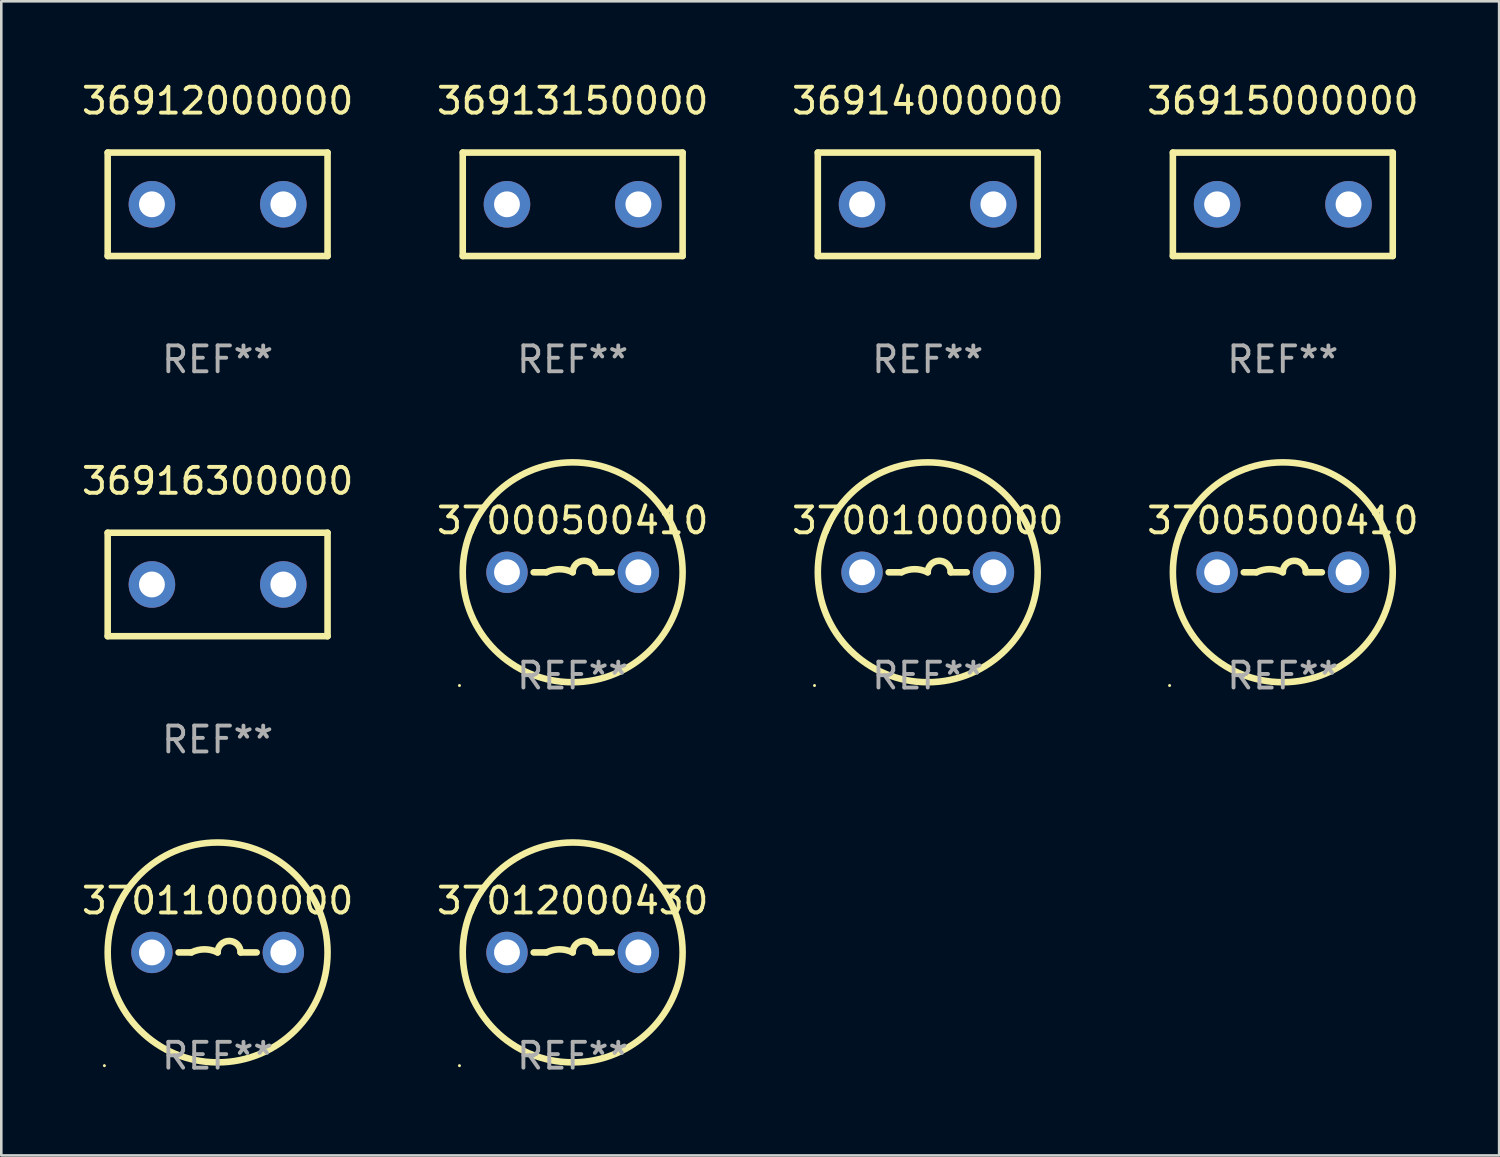
<source format=kicad_pcb>
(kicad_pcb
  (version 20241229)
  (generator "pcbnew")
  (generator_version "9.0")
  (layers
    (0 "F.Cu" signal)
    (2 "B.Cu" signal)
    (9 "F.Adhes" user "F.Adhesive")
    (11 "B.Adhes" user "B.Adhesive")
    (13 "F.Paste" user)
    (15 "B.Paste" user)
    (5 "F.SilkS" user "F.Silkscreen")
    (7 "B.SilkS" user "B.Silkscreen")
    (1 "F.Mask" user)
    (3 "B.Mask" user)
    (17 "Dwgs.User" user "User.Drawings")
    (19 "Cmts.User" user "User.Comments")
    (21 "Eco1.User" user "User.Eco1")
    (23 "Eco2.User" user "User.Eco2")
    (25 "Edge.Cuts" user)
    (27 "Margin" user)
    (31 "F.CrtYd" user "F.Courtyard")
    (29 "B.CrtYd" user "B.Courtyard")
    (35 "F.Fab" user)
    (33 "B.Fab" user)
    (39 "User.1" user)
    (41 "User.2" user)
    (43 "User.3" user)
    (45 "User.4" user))
  (footprint "37001000000"
    (layer "F.Cu")
    (at 32.815 19.074)
    (property "Reference" "37001000000" (at 0 -2 0) (layer "F.SilkS") (effects (font (size 1 1) (thickness 0.15))))
    (attr through_hole)
    (fp_line (start -1.509 0) (end -1.016 0) (stroke (width 0.254) (type solid)) (layer "F.SilkS"))
    (fp_line (start 1.509 0) (end 0.889 0) (stroke (width 0.254) (type solid)) (layer "F.SilkS"))
    (fp_arc (start -1.016002 0) (mid -0.508001 -0.119923) (end 0 0) (stroke (width 0.254001) (type solid)) (layer "F.SilkS"))
    (fp_arc (start 0 0) (mid 0.444501 -0.444501) (end 0.889002 0) (stroke (width 0.254001) (type solid)) (layer "F.SilkS"))
    (fp_circle (center -4.377 4.377) (end -4.347 4.377) (stroke (width 0.06) (type solid)) (fill no) (layer "F.SilkS"))
    (fp_circle (center 0 0) (end 4.25 0) (stroke (width 0.254) (type solid)) (fill no) (layer "F.SilkS"))
    (fp_text user "REF**" (at 0 4 0) (layer "F.Fab") (effects (font (size 1 1) (thickness 0.15))))
    (pad "1" thru_hole circle (at -2.54 0) (size 1.6 1.6) (drill 1) (layers "*.Cu" "*.Mask"))
    (pad "2" thru_hole circle (at 2.54 0) (size 1.6 1.6) (drill 1) (layers "*.Cu" "*.Mask")))
  (footprint "36916300000"
    (layer "F.Cu")
    (at 5.363 19.545)
    (property "Reference" "36916300000" (at 0 -4 0) (layer "F.SilkS") (effects (font (size 1 1) (thickness 0.15))))
    (attr through_hole)
    (fp_line (start -4.25 2) (end -4.25 -2) (stroke (width 0.254) (type solid)) (layer "F.SilkS"))
    (fp_line (start -4.25 -2) (end 4.25 -2) (stroke (width 0.254) (type solid)) (layer "F.SilkS"))
    (fp_line (start 4.25 2) (end -4.25 2) (stroke (width 0.254) (type solid)) (layer "F.SilkS"))
    (fp_line (start 4.25 -2) (end 4.25 2) (stroke (width 0.254) (type solid)) (layer "F.SilkS"))
    (fp_circle (center -4.25 2) (end -4.22 2) (stroke (width 0.06) (type solid)) (fill no) (layer "F.SilkS"))
    (fp_text user "REF**" (at 0 6 0) (layer "F.Fab") (effects (font (size 1 1) (thickness 0.15))))
    (pad "1" thru_hole circle (at -2.54 0) (size 1.8 1.8) (drill 1) (layers "*.Cu" "*.Mask"))
    (pad "2" thru_hole circle (at 2.54 0) (size 1.8 1.8) (drill 1) (layers "*.Cu" "*.Mask")))
  (footprint "37011000000"
    (layer "F.Cu")
    (at 5.363 33.77)
    (property "Reference" "37011000000" (at 0 -2 0) (layer "F.SilkS") (effects (font (size 1 1) (thickness 0.15))))
    (attr through_hole)
    (fp_line (start -1.509 0) (end -1.016 0) (stroke (width 0.254) (type solid)) (layer "F.SilkS"))
    (fp_line (start 1.509 0) (end 0.889 0) (stroke (width 0.254) (type solid)) (layer "F.SilkS"))
    (fp_arc (start -1.016002 0) (mid -0.508001 -0.119923) (end 0 0) (stroke (width 0.254001) (type solid)) (layer "F.SilkS"))
    (fp_arc (start 0 0) (mid 0.444501 -0.444501) (end 0.889002 0) (stroke (width 0.254001) (type solid)) (layer "F.SilkS"))
    (fp_circle (center -4.377 4.377) (end -4.347 4.377) (stroke (width 0.06) (type solid)) (fill no) (layer "F.SilkS"))
    (fp_circle (center 0 0) (end 4.25 0) (stroke (width 0.254) (type solid)) (fill no) (layer "F.SilkS"))
    (fp_text user "REF**" (at 0 4 0) (layer "F.Fab") (effects (font (size 1 1) (thickness 0.15))))
    (pad "1" thru_hole circle (at -2.54 0) (size 1.6 1.6) (drill 1) (layers "*.Cu" "*.Mask"))
    (pad "2" thru_hole circle (at 2.54 0) (size 1.6 1.6) (drill 1) (layers "*.Cu" "*.Mask")))
  (footprint "36915000000"
    (layer "F.Cu")
    (at 46.542 4.848)
    (property "Reference" "36915000000" (at 0 -4 0) (layer "F.SilkS") (effects (font (size 1 1) (thickness 0.15))))
    (attr through_hole)
    (fp_line (start -4.25 2) (end -4.25 -2) (stroke (width 0.254) (type solid)) (layer "F.SilkS"))
    (fp_line (start -4.25 -2) (end 4.25 -2) (stroke (width 0.254) (type solid)) (layer "F.SilkS"))
    (fp_line (start 4.25 2) (end -4.25 2) (stroke (width 0.254) (type solid)) (layer "F.SilkS"))
    (fp_line (start 4.25 -2) (end 4.25 2) (stroke (width 0.254) (type solid)) (layer "F.SilkS"))
    (fp_circle (center -4.25 2) (end -4.22 2) (stroke (width 0.06) (type solid)) (fill no) (layer "F.SilkS"))
    (fp_text user "REF**" (at 0 6 0) (layer "F.Fab") (effects (font (size 1 1) (thickness 0.15))))
    (pad "1" thru_hole circle (at -2.54 0) (size 1.8 1.8) (drill 1) (layers "*.Cu" "*.Mask"))
    (pad "2" thru_hole circle (at 2.54 0) (size 1.8 1.8) (drill 1) (layers "*.Cu" "*.Mask")))
  (footprint "36912000000"
    (layer "F.Cu")
    (at 5.363 4.848)
    (property "Reference" "36912000000" (at 0 -4 0) (layer "F.SilkS") (effects (font (size 1 1) (thickness 0.15))))
    (attr through_hole)
    (fp_line (start -4.25 2) (end -4.25 -2) (stroke (width 0.254) (type solid)) (layer "F.SilkS"))
    (fp_line (start -4.25 -2) (end 4.25 -2) (stroke (width 0.254) (type solid)) (layer "F.SilkS"))
    (fp_line (start 4.25 2) (end -4.25 2) (stroke (width 0.254) (type solid)) (layer "F.SilkS"))
    (fp_line (start 4.25 -2) (end 4.25 2) (stroke (width 0.254) (type solid)) (layer "F.SilkS"))
    (fp_circle (center -4.25 2) (end -4.22 2) (stroke (width 0.06) (type solid)) (fill no) (layer "F.SilkS"))
    (fp_text user "REF**" (at 0 6 0) (layer "F.Fab") (effects (font (size 1 1) (thickness 0.15))))
    (pad "1" thru_hole circle (at -2.54 0) (size 1.8 1.8) (drill 1) (layers "*.Cu" "*.Mask"))
    (pad "2" thru_hole circle (at 2.54 0) (size 1.8 1.8) (drill 1) (layers "*.Cu" "*.Mask")))
  (footprint "37000500410"
    (layer "F.Cu")
    (at 19.089 19.074)
    (property "Reference" "37000500410" (at 0 -2 0) (layer "F.SilkS") (effects (font (size 1 1) (thickness 0.15))))
    (attr through_hole)
    (fp_line (start -1.509 0) (end -1.016 0) (stroke (width 0.254) (type solid)) (layer "F.SilkS"))
    (fp_line (start 1.509 0) (end 0.889 0) (stroke (width 0.254) (type solid)) (layer "F.SilkS"))
    (fp_arc (start -1.016002 0) (mid -0.508001 -0.119923) (end 0 0) (stroke (width 0.254001) (type solid)) (layer "F.SilkS"))
    (fp_arc (start 0 0) (mid 0.444501 -0.444501) (end 0.889002 0) (stroke (width 0.254001) (type solid)) (layer "F.SilkS"))
    (fp_circle (center -4.377 4.377) (end -4.347 4.377) (stroke (width 0.06) (type solid)) (fill no) (layer "F.SilkS"))
    (fp_circle (center 0 0) (end 4.25 0) (stroke (width 0.254) (type solid)) (fill no) (layer "F.SilkS"))
    (fp_text user "REF**" (at 0 4 0) (layer "F.Fab") (effects (font (size 1 1) (thickness 0.15))))
    (pad "1" thru_hole circle (at -2.54 0) (size 1.6 1.6) (drill 1) (layers "*.Cu" "*.Mask"))
    (pad "2" thru_hole circle (at 2.54 0) (size 1.6 1.6) (drill 1) (layers "*.Cu" "*.Mask")))
  (footprint "36913150000"
    (layer "F.Cu")
    (at 19.089 4.848)
    (property "Reference" "36913150000" (at 0 -4 0) (layer "F.SilkS") (effects (font (size 1 1) (thickness 0.15))))
    (attr through_hole)
    (fp_line (start -4.25 2) (end -4.25 -2) (stroke (width 0.254) (type solid)) (layer "F.SilkS"))
    (fp_line (start -4.25 -2) (end 4.25 -2) (stroke (width 0.254) (type solid)) (layer "F.SilkS"))
    (fp_line (start 4.25 2) (end -4.25 2) (stroke (width 0.254) (type solid)) (layer "F.SilkS"))
    (fp_line (start 4.25 -2) (end 4.25 2) (stroke (width 0.254) (type solid)) (layer "F.SilkS"))
    (fp_circle (center -4.25 2) (end -4.22 2) (stroke (width 0.06) (type solid)) (fill no) (layer "F.SilkS"))
    (fp_text user "REF**" (at 0 6 0) (layer "F.Fab") (effects (font (size 1 1) (thickness 0.15))))
    (pad "1" thru_hole circle (at -2.54 0) (size 1.8 1.8) (drill 1) (layers "*.Cu" "*.Mask"))
    (pad "2" thru_hole circle (at 2.54 0) (size 1.8 1.8) (drill 1) (layers "*.Cu" "*.Mask")))
  (footprint "37005000410"
    (layer "F.Cu")
    (at 46.542 19.074)
    (property "Reference" "37005000410" (at 0 -2 0) (layer "F.SilkS") (effects (font (size 1 1) (thickness 0.15))))
    (attr through_hole)
    (fp_line (start -1.509 0) (end -1.016 0) (stroke (width 0.254) (type solid)) (layer "F.SilkS"))
    (fp_line (start 1.509 0) (end 0.889 0) (stroke (width 0.254) (type solid)) (layer "F.SilkS"))
    (fp_arc (start -1.016002 0) (mid -0.508001 -0.119923) (end 0 0) (stroke (width 0.254001) (type solid)) (layer "F.SilkS"))
    (fp_arc (start 0 0) (mid 0.444501 -0.444501) (end 0.889002 0) (stroke (width 0.254001) (type solid)) (layer "F.SilkS"))
    (fp_circle (center -4.377 4.377) (end -4.347 4.377) (stroke (width 0.06) (type solid)) (fill no) (layer "F.SilkS"))
    (fp_circle (center 0 0) (end 4.25 0) (stroke (width 0.254) (type solid)) (fill no) (layer "F.SilkS"))
    (fp_text user "REF**" (at 0 4 0) (layer "F.Fab") (effects (font (size 1 1) (thickness 0.15))))
    (pad "1" thru_hole circle (at -2.54 0) (size 1.6 1.6) (drill 1) (layers "*.Cu" "*.Mask"))
    (pad "2" thru_hole circle (at 2.54 0) (size 1.6 1.6) (drill 1) (layers "*.Cu" "*.Mask")))
  (footprint "36914000000"
    (layer "F.Cu")
    (at 32.815 4.848)
    (property "Reference" "36914000000" (at 0 -4 0) (layer "F.SilkS") (effects (font (size 1 1) (thickness 0.15))))
    (attr through_hole)
    (fp_line (start -4.25 2) (end -4.25 -2) (stroke (width 0.254) (type solid)) (layer "F.SilkS"))
    (fp_line (start -4.25 -2) (end 4.25 -2) (stroke (width 0.254) (type solid)) (layer "F.SilkS"))
    (fp_line (start 4.25 2) (end -4.25 2) (stroke (width 0.254) (type solid)) (layer "F.SilkS"))
    (fp_line (start 4.25 -2) (end 4.25 2) (stroke (width 0.254) (type solid)) (layer "F.SilkS"))
    (fp_circle (center -4.25 2) (end -4.22 2) (stroke (width 0.06) (type solid)) (fill no) (layer "F.SilkS"))
    (fp_text user "REF**" (at 0 6 0) (layer "F.Fab") (effects (font (size 1 1) (thickness 0.15))))
    (pad "1" thru_hole circle (at -2.54 0) (size 1.8 1.8) (drill 1) (layers "*.Cu" "*.Mask"))
    (pad "2" thru_hole circle (at 2.54 0) (size 1.8 1.8) (drill 1) (layers "*.Cu" "*.Mask")))
  (footprint "37012000430"
    (layer "F.Cu")
    (at 19.089 33.77)
    (property "Reference" "37012000430" (at 0 -2 0) (layer "F.SilkS") (effects (font (size 1 1) (thickness 0.15))))
    (attr through_hole)
    (fp_line (start -1.509 0) (end -1.016 0) (stroke (width 0.254) (type solid)) (layer "F.SilkS"))
    (fp_line (start 1.509 0) (end 0.889 0) (stroke (width 0.254) (type solid)) (layer "F.SilkS"))
    (fp_arc (start -1.016002 0) (mid -0.508001 -0.119923) (end 0 0) (stroke (width 0.254001) (type solid)) (layer "F.SilkS"))
    (fp_arc (start 0 0) (mid 0.444501 -0.444501) (end 0.889002 0) (stroke (width 0.254001) (type solid)) (layer "F.SilkS"))
    (fp_circle (center -4.377 4.377) (end -4.347 4.377) (stroke (width 0.06) (type solid)) (fill no) (layer "F.SilkS"))
    (fp_circle (center 0 0) (end 4.25 0) (stroke (width 0.254) (type solid)) (fill no) (layer "F.SilkS"))
    (fp_text user "REF**" (at 0 4 0) (layer "F.Fab") (effects (font (size 1 1) (thickness 0.15))))
    (pad "1" thru_hole circle (at -2.54 0) (size 1.6 1.6) (drill 1) (layers "*.Cu" "*.Mask"))
    (pad "2" thru_hole circle (at 2.54 0) (size 1.6 1.6) (drill 1) (layers "*.Cu" "*.Mask")))
  (gr_rect
    (start -3 -3)
    (end 54.905 41.618)
    (stroke (width 0.1) (type default))
    (fill no)
    (layer "Edge.Cuts")))
</source>
